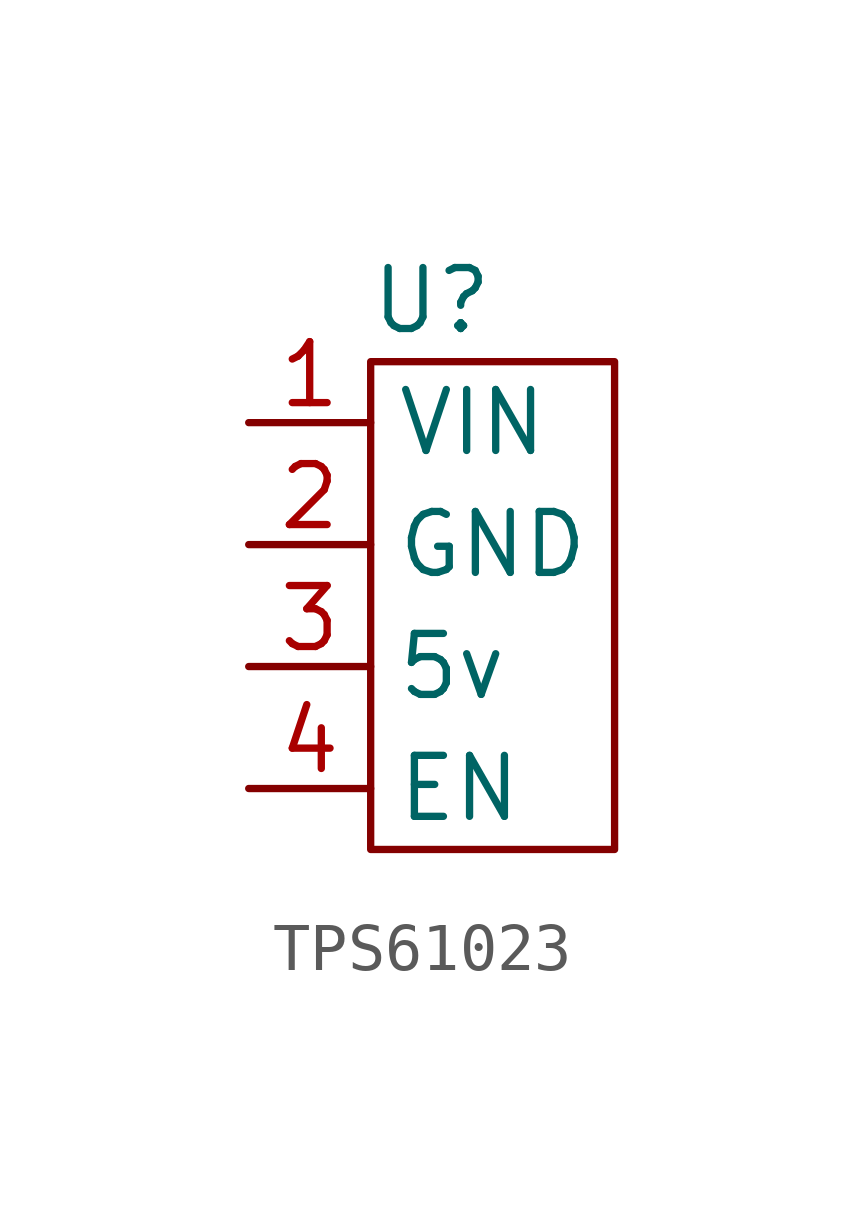
<source format=kicad_sym>
(kicad_symbol_lib
  (version 20220914)
  (generator kicad_symbol_editor)
  (symbol "TPS61023"
    (property "Reference" "U"
      (at 0 2.54 0)
      (effects (font (size 1.27 1.27))))
    (property "Value" ""
      (at 0 0 0)
      (effects (font (size 1.27 1.27))))
    (symbol "TPS61023_0_1"
      (rectangle (start -1.27 1.27) (end 3.81 -8.89) (stroke (width 0) (type default)) (fill (type none))))
    (symbol "TPS61023_1_1"
      (pin power_in line (at -3.81 0 0) (length 2.54) (name "VIN" (effects (font (size 1.27 1.27)))) (number "1" (effects (font (size 1.27 1.27)))))
      (pin power_out line (at -3.81 -2.54 0) (length 2.54) (name "GND" (effects (font (size 1.27 1.27)))) (number "2" (effects (font (size 1.27 1.27)))))
      (pin power_out line (at -3.81 -5.08 0) (length 2.54) (name "5v" (effects (font (size 1.27 1.27)))) (number "3" (effects (font (size 1.27 1.27)))))
      (pin input line (at -3.81 -7.62 0) (length 2.54) (name "EN" (effects (font (size 1.27 1.27)))) (number "4" (effects (font (size 1.27 1.27))))))))
</source>
